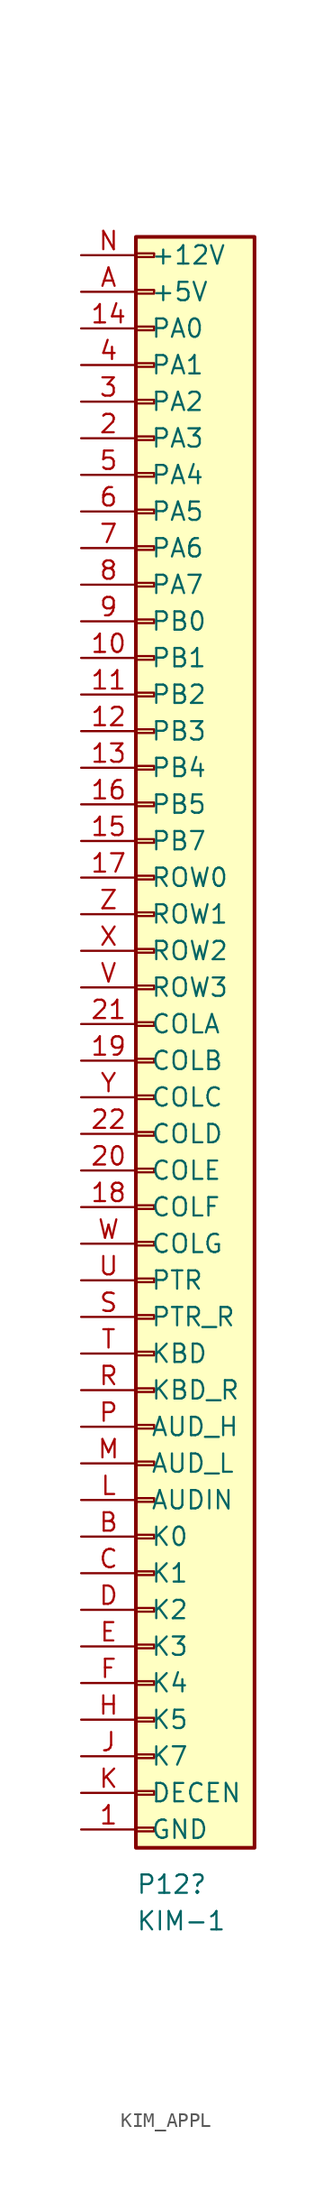
<source format=kicad_sym>
(kicad_symbol_lib
  (version 20241209)
  (generator "kicad_symbol_editor")
  (generator_version "9.0")
  (symbol "KIM_APPL"
    (pin_names
      (offset 1.016))
    (property "Reference" "P12"
      (at -1.27 -59.69 0)
      (effects (font (size 1.27 1.27)) (justify left)))
    (property "Value" "KIM-1"
      (at -1.27 -62.23 0)
      (effects (font (size 1.27 1.27)) (justify left)))
    (property "Description" ""
      (at 0 0 0)
      (effects (font (size 1.27 1.27))))
    (symbol "KIM_APPL_1_1"
      (rectangle (start -1.27 54.61) (end 6.985 -57.15) (stroke (width 0.254) (type default)) (fill (type background)))
      (rectangle (start -1.27 53.467) (end 0 53.213) (stroke (width 0.152) (type default)) (fill (type none)))
      (rectangle (start -1.27 50.927) (end 0 50.673) (stroke (width 0.152) (type default)) (fill (type none)))
      (rectangle (start -1.27 48.387) (end 0 48.133) (stroke (width 0.152) (type default)) (fill (type none)))
      (rectangle (start -1.27 45.847) (end 0 45.593) (stroke (width 0.152) (type default)) (fill (type none)))
      (rectangle (start -1.27 43.307) (end 0 43.053) (stroke (width 0.152) (type default)) (fill (type none)))
      (rectangle (start -1.27 40.767) (end 0 40.513) (stroke (width 0.152) (type default)) (fill (type none)))
      (rectangle (start -1.27 38.227) (end 0 37.973) (stroke (width 0.152) (type default)) (fill (type none)))
      (rectangle (start -1.27 35.687) (end 0 35.433) (stroke (width 0.152) (type default)) (fill (type none)))
      (rectangle (start -1.27 33.147) (end 0 32.893) (stroke (width 0.152) (type default)) (fill (type none)))
      (rectangle (start -1.27 30.607) (end 0 30.353) (stroke (width 0.152) (type default)) (fill (type none)))
      (rectangle (start -1.27 28.067) (end 0 27.813) (stroke (width 0.152) (type default)) (fill (type none)))
      (rectangle (start -1.27 25.527) (end 0 25.273) (stroke (width 0.152) (type default)) (fill (type none)))
      (rectangle (start -1.27 22.987) (end 0 22.733) (stroke (width 0.152) (type default)) (fill (type none)))
      (rectangle (start -1.27 20.447) (end 0 20.193) (stroke (width 0.152) (type default)) (fill (type none)))
      (rectangle (start -1.27 17.907) (end 0 17.653) (stroke (width 0.152) (type default)) (fill (type none)))
      (rectangle (start -1.27 15.367) (end 0 15.113) (stroke (width 0.152) (type default)) (fill (type none)))
      (rectangle (start -1.27 12.827) (end 0 12.573) (stroke (width 0.152) (type default)) (fill (type none)))
      (rectangle (start -1.27 10.287) (end 0 10.033) (stroke (width 0.152) (type default)) (fill (type none)))
      (rectangle (start -1.27 7.747) (end 0 7.493) (stroke (width 0.152) (type default)) (fill (type none)))
      (rectangle (start -1.27 5.207) (end 0 4.953) (stroke (width 0.152) (type default)) (fill (type none)))
      (rectangle (start -1.27 2.667) (end 0 2.413) (stroke (width 0.152) (type default)) (fill (type none)))
      (rectangle (start -1.27 0.127) (end 0 -0.127) (stroke (width 0.152) (type default)) (fill (type none)))
      (rectangle (start 0 -2.667) (end -1.27 -2.413) (stroke (width 0.152) (type default)) (fill (type none)))
      (rectangle (start 0 -5.207) (end -1.27 -4.953) (stroke (width 0.152) (type default)) (fill (type none)))
      (rectangle (start 0 -7.747) (end -1.27 -7.493) (stroke (width 0.152) (type default)) (fill (type none)))
      (rectangle (start 0 -10.287) (end -1.27 -10.033) (stroke (width 0.152) (type default)) (fill (type none)))
      (rectangle (start 0 -12.827) (end -1.27 -12.573) (stroke (width 0.152) (type default)) (fill (type none)))
      (rectangle (start 0 -15.367) (end -1.27 -15.113) (stroke (width 0.152) (type default)) (fill (type none)))
      (rectangle (start 0 -17.907) (end -1.27 -17.653) (stroke (width 0.152) (type default)) (fill (type none)))
      (rectangle (start 0 -20.447) (end -1.27 -20.193) (stroke (width 0.152) (type default)) (fill (type none)))
      (rectangle (start 0 -22.987) (end -1.27 -22.733) (stroke (width 0.152) (type default)) (fill (type none)))
      (rectangle (start 0 -25.527) (end -1.27 -25.273) (stroke (width 0.152) (type default)) (fill (type none)))
      (rectangle (start 0 -28.067) (end -1.27 -27.813) (stroke (width 0.152) (type default)) (fill (type none)))
      (rectangle (start 0 -30.607) (end -1.27 -30.353) (stroke (width 0.152) (type default)) (fill (type none)))
      (rectangle (start 0 -33.147) (end -1.27 -32.893) (stroke (width 0.152) (type default)) (fill (type none)))
      (rectangle (start 0 -35.687) (end -1.27 -35.433) (stroke (width 0.152) (type default)) (fill (type none)))
      (rectangle (start 0 -38.227) (end -1.27 -37.973) (stroke (width 0.152) (type default)) (fill (type none)))
      (rectangle (start 0 -40.767) (end -1.27 -40.513) (stroke (width 0.152) (type default)) (fill (type none)))
      (rectangle (start 0 -43.307) (end -1.27 -43.053) (stroke (width 0.152) (type default)) (fill (type none)))
      (rectangle (start 0 -45.847) (end -1.27 -45.593) (stroke (width 0.152) (type default)) (fill (type none)))
      (rectangle (start 0 -48.387) (end -1.27 -48.133) (stroke (width 0.152) (type default)) (fill (type none)))
      (rectangle (start 0 -50.927) (end -1.27 -50.673) (stroke (width 0.152) (type default)) (fill (type none)))
      (rectangle (start 0 -53.467) (end -1.27 -53.213) (stroke (width 0.152) (type default)) (fill (type none)))
      (rectangle (start 0 -56.007) (end -1.27 -55.753) (stroke (width 0.152) (type default)) (fill (type none)))
      (pin passive line (at -5.08 53.34 0) (length 3.81) (name "+12V" (effects (font (size 1.27 1.27)))) (number "N" (effects (font (size 1.27 1.27)))))
      (pin passive line (at -5.08 50.8 0) (length 3.81) (name "+5V" (effects (font (size 1.27 1.27)))) (number "A" (effects (font (size 1.27 1.27)))))
      (pin passive line (at -5.08 48.26 0) (length 3.81) (name "PA0" (effects (font (size 1.27 1.27)))) (number "14" (effects (font (size 1.27 1.27)))))
      (pin passive line (at -5.08 45.72 0) (length 3.81) (name "PA1" (effects (font (size 1.27 1.27)))) (number "4" (effects (font (size 1.27 1.27)))))
      (pin passive line (at -5.08 43.18 0) (length 3.81) (name "PA2" (effects (font (size 1.27 1.27)))) (number "3" (effects (font (size 1.27 1.27)))))
      (pin passive line (at -5.08 40.64 0) (length 3.81) (name "PA3" (effects (font (size 1.27 1.27)))) (number "2" (effects (font (size 1.27 1.27)))))
      (pin passive line (at -5.08 38.1 0) (length 3.81) (name "PA4" (effects (font (size 1.27 1.27)))) (number "5" (effects (font (size 1.27 1.27)))))
      (pin passive line (at -5.08 35.56 0) (length 3.81) (name "PA5" (effects (font (size 1.27 1.27)))) (number "6" (effects (font (size 1.27 1.27)))))
      (pin passive line (at -5.08 33.02 0) (length 3.81) (name "PA6" (effects (font (size 1.27 1.27)))) (number "7" (effects (font (size 1.27 1.27)))))
      (pin passive line (at -5.08 30.48 0) (length 3.81) (name "PA7" (effects (font (size 1.27 1.27)))) (number "8" (effects (font (size 1.27 1.27)))))
      (pin passive line (at -5.08 27.94 0) (length 3.81) (name "PB0" (effects (font (size 1.27 1.27)))) (number "9" (effects (font (size 1.27 1.27)))))
      (pin passive line (at -5.08 25.4 0) (length 3.81) (name "PB1" (effects (font (size 1.27 1.27)))) (number "10" (effects (font (size 1.27 1.27)))))
      (pin passive line (at -5.08 22.86 0) (length 3.81) (name "PB2" (effects (font (size 1.27 1.27)))) (number "11" (effects (font (size 1.27 1.27)))))
      (pin passive line (at -5.08 20.32 0) (length 3.81) (name "PB3" (effects (font (size 1.27 1.27)))) (number "12" (effects (font (size 1.27 1.27)))))
      (pin passive line (at -5.08 17.78 0) (length 3.81) (name "PB4" (effects (font (size 1.27 1.27)))) (number "13" (effects (font (size 1.27 1.27)))))
      (pin passive line (at -5.08 15.24 0) (length 3.81) (name "PB5" (effects (font (size 1.27 1.27)))) (number "16" (effects (font (size 1.27 1.27)))))
      (pin passive line (at -5.08 12.7 0) (length 3.81) (name "PB7" (effects (font (size 1.27 1.27)))) (number "15" (effects (font (size 1.27 1.27)))))
      (pin passive line (at -5.08 10.16 0) (length 3.81) (name "ROW0" (effects (font (size 1.27 1.27)))) (number "17" (effects (font (size 1.27 1.27)))))
      (pin passive line (at -5.08 7.62 0) (length 3.81) (name "ROW1" (effects (font (size 1.27 1.27)))) (number "Z" (effects (font (size 1.27 1.27)))))
      (pin passive line (at -5.08 5.08 0) (length 3.81) (name "ROW2" (effects (font (size 1.27 1.27)))) (number "X" (effects (font (size 1.27 1.27)))))
      (pin passive line (at -5.08 2.54 0) (length 3.81) (name "ROW3" (effects (font (size 1.27 1.27)))) (number "V" (effects (font (size 1.27 1.27)))))
      (pin passive line (at -5.08 0 0) (length 3.81) (name "COLA" (effects (font (size 1.27 1.27)))) (number "21" (effects (font (size 1.27 1.27)))))
      (pin passive line (at -5.08 -2.54 0) (length 3.81) (name "COLB" (effects (font (size 1.27 1.27)))) (number "19" (effects (font (size 1.27 1.27)))))
      (pin passive line (at -5.08 -5.08 0) (length 3.81) (name "COLC" (effects (font (size 1.27 1.27)))) (number "Y" (effects (font (size 1.27 1.27)))))
      (pin passive line (at -5.08 -7.62 0) (length 3.81) (name "COLD" (effects (font (size 1.27 1.27)))) (number "22" (effects (font (size 1.27 1.27)))))
      (pin passive line (at -5.08 -10.16 0) (length 3.81) (name "COLE" (effects (font (size 1.27 1.27)))) (number "20" (effects (font (size 1.27 1.27)))))
      (pin passive line (at -5.08 -12.7 0) (length 3.81) (name "COLF" (effects (font (size 1.27 1.27)))) (number "18" (effects (font (size 1.27 1.27)))))
      (pin passive line (at -5.08 -15.24 0) (length 3.81) (name "COLG" (effects (font (size 1.27 1.27)))) (number "W" (effects (font (size 1.27 1.27)))))
      (pin passive line (at -5.08 -17.78 0) (length 3.81) (name "PTR" (effects (font (size 1.27 1.27)))) (number "U" (effects (font (size 1.27 1.27)))))
      (pin passive line (at -5.08 -20.32 0) (length 3.81) (name "PTR_R" (effects (font (size 1.27 1.27)))) (number "S" (effects (font (size 1.27 1.27)))))
      (pin passive line (at -5.08 -22.86 0) (length 3.81) (name "KBD" (effects (font (size 1.27 1.27)))) (number "T" (effects (font (size 1.27 1.27)))))
      (pin passive line (at -5.08 -25.4 0) (length 3.81) (name "KBD_R" (effects (font (size 1.27 1.27)))) (number "R" (effects (font (size 1.27 1.27)))))
      (pin passive line (at -5.08 -27.94 0) (length 3.81) (name "AUD_H" (effects (font (size 1.27 1.27)))) (number "P" (effects (font (size 1.27 1.27)))))
      (pin passive line (at -5.08 -30.48 0) (length 3.81) (name "AUD_L" (effects (font (size 1.27 1.27)))) (number "M" (effects (font (size 1.27 1.27)))))
      (pin passive line (at -5.08 -33.02 0) (length 3.81) (name "AUDIN" (effects (font (size 1.27 1.27)))) (number "L" (effects (font (size 1.27 1.27)))))
      (pin passive line (at -5.08 -35.56 0) (length 3.81) (name "K0" (effects (font (size 1.27 1.27)))) (number "B" (effects (font (size 1.27 1.27)))))
      (pin passive line (at -5.08 -38.1 0) (length 3.81) (name "K1" (effects (font (size 1.27 1.27)))) (number "C" (effects (font (size 1.27 1.27)))))
      (pin passive line (at -5.08 -40.64 0) (length 3.81) (name "K2" (effects (font (size 1.27 1.27)))) (number "D" (effects (font (size 1.27 1.27)))))
      (pin passive line (at -5.08 -43.18 0) (length 3.81) (name "K3" (effects (font (size 1.27 1.27)))) (number "E" (effects (font (size 1.27 1.27)))))
      (pin passive line (at -5.08 -45.72 0) (length 3.81) (name "K4" (effects (font (size 1.27 1.27)))) (number "F" (effects (font (size 1.27 1.27)))))
      (pin passive line (at -5.08 -48.26 0) (length 3.81) (name "K5" (effects (font (size 1.27 1.27)))) (number "H" (effects (font (size 1.27 1.27)))))
      (pin passive line (at -5.08 -50.8 0) (length 3.81) (name "K7" (effects (font (size 1.27 1.27)))) (number "J" (effects (font (size 1.27 1.27)))))
      (pin passive line (at -5.08 -53.34 0) (length 3.81) (name "DECEN" (effects (font (size 1.27 1.27)))) (number "K" (effects (font (size 1.27 1.27)))))
      (pin passive line (at -5.08 -55.88 0) (length 3.81) (name "GND" (effects (font (size 1.27 1.27)))) (number "1" (effects (font (size 1.27 1.27))))))))
</source>
